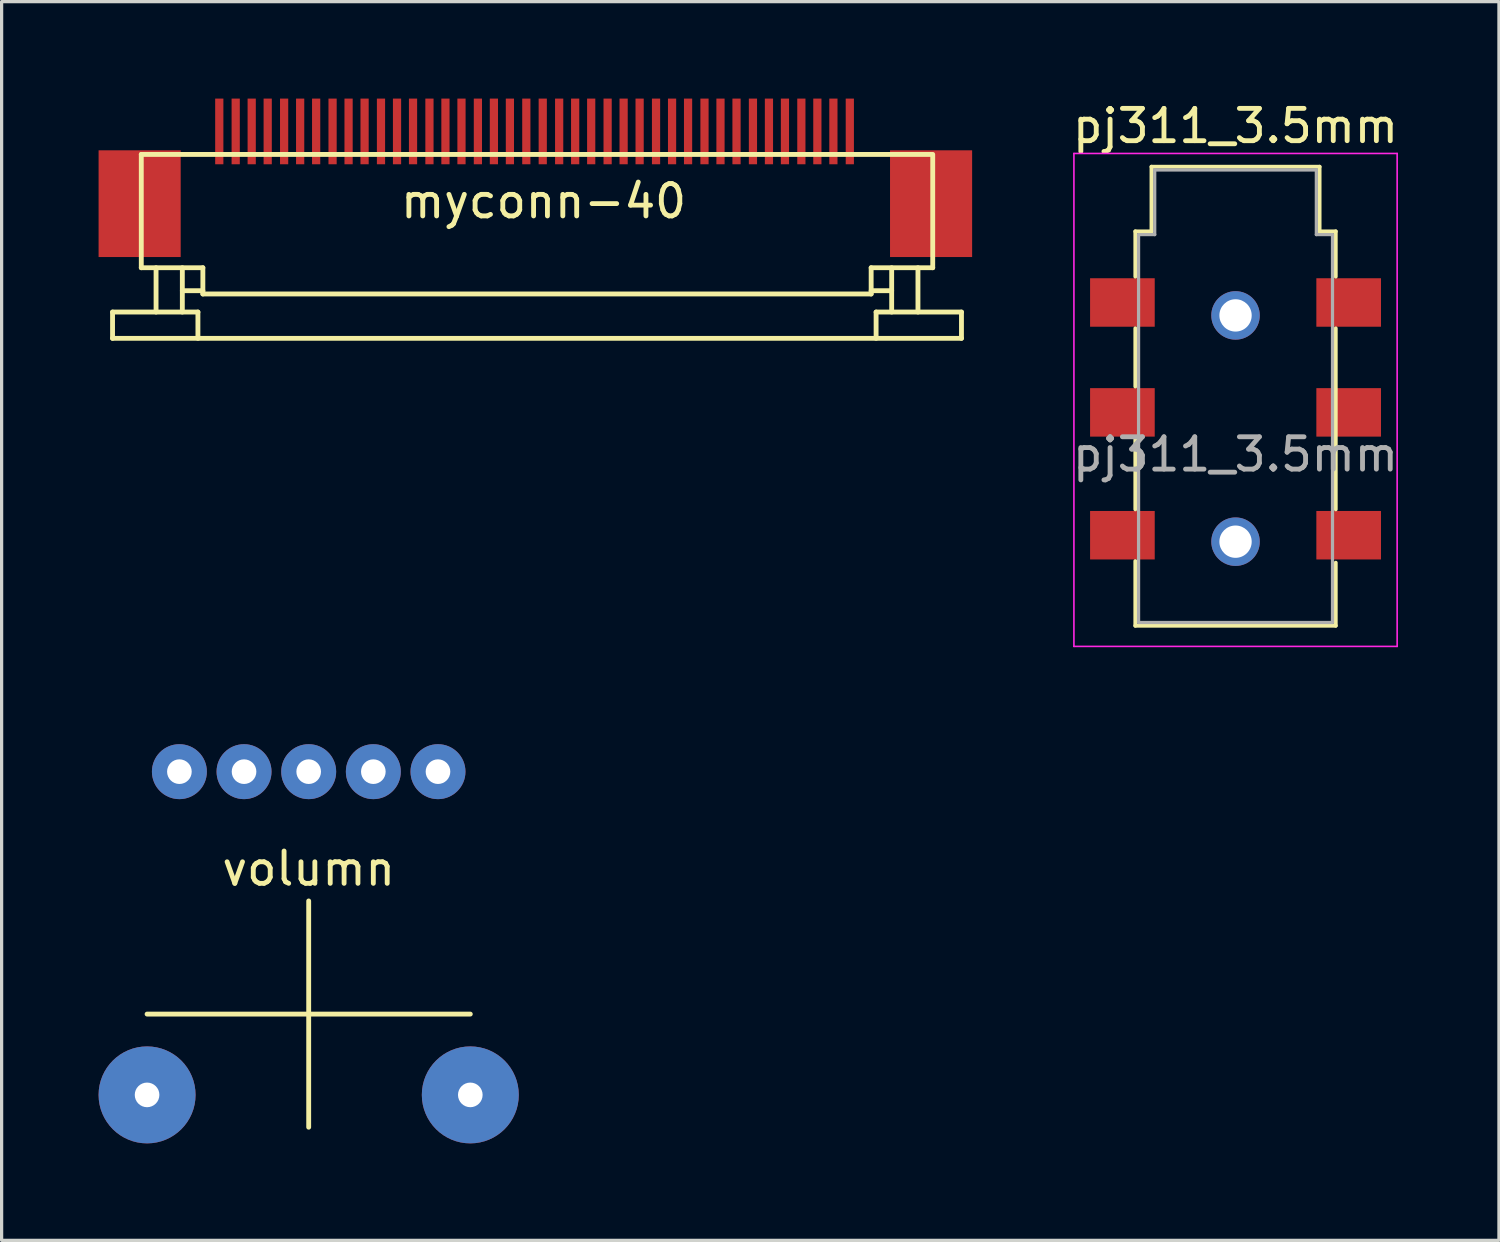
<source format=kicad_pcb>
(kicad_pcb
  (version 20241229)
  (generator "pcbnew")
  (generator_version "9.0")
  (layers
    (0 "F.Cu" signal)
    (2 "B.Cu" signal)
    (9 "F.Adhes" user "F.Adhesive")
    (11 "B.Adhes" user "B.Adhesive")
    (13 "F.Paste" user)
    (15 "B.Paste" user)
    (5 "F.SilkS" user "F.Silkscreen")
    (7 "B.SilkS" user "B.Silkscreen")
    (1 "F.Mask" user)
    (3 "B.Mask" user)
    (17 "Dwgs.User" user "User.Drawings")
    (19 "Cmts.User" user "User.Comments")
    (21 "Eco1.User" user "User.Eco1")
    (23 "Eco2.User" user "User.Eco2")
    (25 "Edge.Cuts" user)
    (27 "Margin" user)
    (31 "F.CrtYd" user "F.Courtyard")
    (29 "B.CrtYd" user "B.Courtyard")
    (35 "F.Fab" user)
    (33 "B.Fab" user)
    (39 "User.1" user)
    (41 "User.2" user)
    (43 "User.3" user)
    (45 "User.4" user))
  (footprint "myconn-40"
    (layer "F.Cu")
    (at 13.665 3.988)
    (property "Reference" "myconn-40" (at 0.102 -0.813 0) (layer "F.SilkS") (effects (font (size 1 1) (thickness 0.15))))
    (attr smd)
    (fp_line (start -13.233 2.616) (end -10.592 2.616) (stroke (width 0.15) (type solid)) (layer "F.SilkS"))
    (fp_line (start -13.233 3.429) (end -13.233 2.616) (stroke (width 0.15) (type solid)) (layer "F.SilkS"))
    (fp_line (start -13.233 3.429) (end 13.03 3.429) (stroke (width 0.15) (type solid)) (layer "F.SilkS"))
    (fp_line (start -12.344 -2.261) (end -12.344 1.245) (stroke (width 0.15) (type solid)) (layer "F.SilkS"))
    (fp_line (start -12.344 -2.261) (end 12.09 -2.261) (stroke (width 0.15) (type solid)) (layer "F.SilkS"))
    (fp_line (start -12.344 1.245) (end -10.439 1.245) (stroke (width 0.15) (type solid)) (layer "F.SilkS"))
    (fp_line (start -11.887 1.245) (end -11.887 2.616) (stroke (width 0.15) (type solid)) (layer "F.SilkS"))
    (fp_line (start -11.074 1.245) (end -11.074 2.616) (stroke (width 0.15) (type solid)) (layer "F.SilkS"))
    (fp_line (start -10.592 2.616) (end -10.592 3.429) (stroke (width 0.15) (type solid)) (layer "F.SilkS"))
    (fp_line (start -10.439 1.245) (end -10.439 2.057) (stroke (width 0.15) (type solid)) (layer "F.SilkS"))
    (fp_line (start -10.439 1.956) (end -11.074 1.956) (stroke (width 0.15) (type solid)) (layer "F.SilkS"))
    (fp_line (start -10.439 2.057) (end 10.236 2.057) (stroke (width 0.15) (type solid)) (layer "F.SilkS"))
    (fp_line (start 10.236 1.245) (end 12.141 1.245) (stroke (width 0.15) (type solid)) (layer "F.SilkS"))
    (fp_line (start 10.236 1.956) (end 10.871 1.956) (stroke (width 0.15) (type solid)) (layer "F.SilkS"))
    (fp_line (start 10.236 2.057) (end 10.236 1.245) (stroke (width 0.15) (type solid)) (layer "F.SilkS"))
    (fp_line (start 10.389 2.616) (end 10.389 3.429) (stroke (width 0.15) (type solid)) (layer "F.SilkS"))
    (fp_line (start 10.871 1.245) (end 10.871 2.616) (stroke (width 0.15) (type solid)) (layer "F.SilkS"))
    (fp_line (start 11.684 1.245) (end 11.684 2.616) (stroke (width 0.15) (type solid)) (layer "F.SilkS"))
    (fp_line (start 12.141 1.245) (end 12.141 -2.261) (stroke (width 0.15) (type solid)) (layer "F.SilkS"))
    (fp_line (start 13.03 2.616) (end 10.389 2.616) (stroke (width 0.15) (type solid)) (layer "F.SilkS"))
    (fp_line (start 13.03 3.429) (end 13.03 2.616) (stroke (width 0.15) (type solid)) (layer "F.SilkS"))
    (pad "" smd rect (at -12.395 -0.737) (size 2.54 3.302) (layers "F.Cu" "F.Mask" "F.Paste"))
    (pad "" smd rect (at 12.09 -0.737) (size 2.54 3.302) (layers "F.Cu" "F.Mask" "F.Paste"))
    (pad "1" smd rect (at -9.931 -2.972) (size 0.254 2.032) (layers "F.Cu" "F.Mask" "F.Paste"))
    (pad "2" smd rect (at -9.423 -2.972) (size 0.254 2.032) (layers "F.Cu" "F.Mask" "F.Paste"))
    (pad "3" smd rect (at -8.928 -2.972) (size 0.254 2.032) (layers "F.Cu" "F.Mask" "F.Paste"))
    (pad "4" smd rect (at -8.433 -2.972) (size 0.254 2.032) (layers "F.Cu" "F.Mask" "F.Paste"))
    (pad "5" smd rect (at -7.925 -2.972) (size 0.254 2.032) (layers "F.Cu" "F.Mask" "F.Paste"))
    (pad "6" smd rect (at -7.429 -2.972) (size 0.254 2.032) (layers "F.Cu" "F.Mask" "F.Paste"))
    (pad "7" smd rect (at -6.934 -2.972) (size 0.254 2.032) (layers "F.Cu" "F.Mask" "F.Paste"))
    (pad "8" smd rect (at -6.426 -2.972) (size 0.254 2.032) (layers "F.Cu" "F.Mask" "F.Paste"))
    (pad "9" smd rect (at -5.931 -2.972) (size 0.254 2.032) (layers "F.Cu" "F.Mask" "F.Paste"))
    (pad "10" smd rect (at -5.436 -2.972) (size 0.254 2.032) (layers "F.Cu" "F.Mask" "F.Paste"))
    (pad "11" smd rect (at -4.928 -2.972) (size 0.254 2.032) (layers "F.Cu" "F.Mask" "F.Paste"))
    (pad "12" smd rect (at -4.432 -2.972) (size 0.254 2.032) (layers "F.Cu" "F.Mask" "F.Paste"))
    (pad "13" smd rect (at -3.937 -2.972) (size 0.254 2.032) (layers "F.Cu" "F.Mask" "F.Paste"))
    (pad "14" smd rect (at -3.429 -2.972) (size 0.254 2.032) (layers "F.Cu" "F.Mask" "F.Paste"))
    (pad "15" smd rect (at -2.934 -2.972) (size 0.254 2.032) (layers "F.Cu" "F.Mask" "F.Paste"))
    (pad "16" smd rect (at -2.438 -2.972) (size 0.254 2.032) (layers "F.Cu" "F.Mask" "F.Paste"))
    (pad "17" smd rect (at -1.93 -2.972) (size 0.254 2.032) (layers "F.Cu" "F.Mask" "F.Paste"))
    (pad "18" smd rect (at -1.435 -2.972) (size 0.254 2.032) (layers "F.Cu" "F.Mask" "F.Paste"))
    (pad "19" smd rect (at -0.94 -2.972) (size 0.254 2.032) (layers "F.Cu" "F.Mask" "F.Paste"))
    (pad "20" smd rect (at -0.432 -2.972) (size 0.254 2.032) (layers "F.Cu" "F.Mask" "F.Paste"))
    (pad "21" smd rect (at 0.076 -2.972) (size 0.254 2.032) (layers "F.Cu" "F.Mask" "F.Paste"))
    (pad "22" smd rect (at 0.584 -2.972) (size 0.254 2.032) (layers "F.Cu" "F.Mask" "F.Paste"))
    (pad "23" smd rect (at 1.079 -2.972) (size 0.254 2.032) (layers "F.Cu" "F.Mask" "F.Paste"))
    (pad "24" smd rect (at 1.575 -2.972) (size 0.254 2.032) (layers "F.Cu" "F.Mask" "F.Paste"))
    (pad "25" smd rect (at 2.083 -2.972) (size 0.254 2.032) (layers "F.Cu" "F.Mask" "F.Paste"))
    (pad "26" smd rect (at 2.578 -2.972) (size 0.254 2.032) (layers "F.Cu" "F.Mask" "F.Paste"))
    (pad "27" smd rect (at 3.073 -2.972) (size 0.254 2.032) (layers "F.Cu" "F.Mask" "F.Paste"))
    (pad "28" smd rect (at 3.581 -2.972) (size 0.254 2.032) (layers "F.Cu" "F.Mask" "F.Paste"))
    (pad "29" smd rect (at 4.077 -2.972) (size 0.254 2.032) (layers "F.Cu" "F.Mask" "F.Paste"))
    (pad "30" smd rect (at 4.572 -2.972) (size 0.254 2.032) (layers "F.Cu" "F.Mask" "F.Paste"))
    (pad "31" smd rect (at 5.08 -2.972) (size 0.254 2.032) (layers "F.Cu" "F.Mask" "F.Paste"))
    (pad "32" smd rect (at 5.575 -2.972) (size 0.254 2.032) (layers "F.Cu" "F.Mask" "F.Paste"))
    (pad "33" smd rect (at 6.071 -2.972) (size 0.254 2.032) (layers "F.Cu" "F.Mask" "F.Paste"))
    (pad "34" smd rect (at 6.579 -2.972) (size 0.254 2.032) (layers "F.Cu" "F.Mask" "F.Paste"))
    (pad "35" smd rect (at 7.074 -2.972) (size 0.254 2.032) (layers "F.Cu" "F.Mask" "F.Paste"))
    (pad "36" smd rect (at 7.569 -2.972) (size 0.254 2.032) (layers "F.Cu" "F.Mask" "F.Paste"))
    (pad "37" smd rect (at 8.077 -2.972) (size 0.254 2.032) (layers "F.Cu" "F.Mask" "F.Paste"))
    (pad "38" smd rect (at 8.572 -2.972) (size 0.254 2.032) (layers "F.Cu" "F.Mask" "F.Paste"))
    (pad "39" smd rect (at 9.068 -2.972) (size 0.254 2.032) (layers "F.Cu" "F.Mask" "F.Paste"))
    (pad "40" smd rect (at 9.576 -2.972) (size 0.254 2.032) (layers "F.Cu" "F.Mask" "F.Paste")))
  (footprint "volumn"
    (layer "F.Cu")
    (at 6.482 28.323)
    (property "Reference" "volumn" (at 0.018 -4.5 180) (layer "F.SilkS") (effects (font (size 1 1) (thickness 0.15))))
    (attr through_hole)
    (fp_line (start 0.018 3.5) (end 0.018 -3.5) (stroke (width 0.15) (type solid)) (layer "F.SilkS"))
    (fp_line (start 5.018 0) (end -4.982 0) (stroke (width 0.15) (type solid)) (layer "F.SilkS"))
    (pad "1" thru_hole circle (at 4.018 -7.5 180) (size 1.7 1.7) (drill 0.762) (layers "*.Cu" "*.Mask"))
    (pad "2" thru_hole circle (at 2.018 -7.5 180) (size 1.7 1.7) (drill 0.762) (layers "*.Cu" "*.Mask"))
    (pad "3" thru_hole circle (at 0.018 -7.5 180) (size 1.7 1.7) (drill 0.762) (layers "*.Cu" "*.Mask"))
    (pad "4" thru_hole circle (at -1.982 -7.5 180) (size 1.7 1.7) (drill 0.762) (layers "*.Cu" "*.Mask"))
    (pad "5" thru_hole circle (at -3.982 -7.5 180) (size 1.7 1.7) (drill 0.762) (layers "*.Cu" "*.Mask"))
    (pad "6" thru_hole circle (at 5.018 2.5 180) (size 3 3) (drill 0.762) (layers "*.Cu" "*.Mask"))
    (pad "7" thru_hole circle (at -4.982 2.5 180) (size 3 3) (drill 0.762) (layers "*.Cu" "*.Mask")))
  (footprint "pj311_3.5mm"
    (layer "F.Cu")
    (at 35.174 11.008)
    (property "Reference" "pj311_3.5mm" (at 0 -10.16 0) (layer "F.SilkS") (effects (font (size 1 1) (thickness 0.15))))
    (attr smd)
    (fp_line (start -3.1 -6.9) (end -2.6 -6.9) (stroke (width 0.12) (type solid)) (layer "F.SilkS"))
    (fp_line (start -3.1 -5.5) (end -3.1 -6.9) (stroke (width 0.12) (type solid)) (layer "F.SilkS"))
    (fp_line (start -3.1 -2.1) (end -3.1 -3.9) (stroke (width 0.12) (type solid)) (layer "F.SilkS"))
    (fp_line (start -3.1 -0.5) (end -3.1 1.7) (stroke (width 0.12) (type solid)) (layer "F.SilkS"))
    (fp_line (start -3.1 3.3) (end -3.1 5.3) (stroke (width 0.12) (type solid)) (layer "F.SilkS"))
    (fp_line (start -3.1 5.3) (end 3.1 5.3) (stroke (width 0.12) (type solid)) (layer "F.SilkS"))
    (fp_line (start -2.6 -8.9) (end 2.6 -8.9) (stroke (width 0.12) (type solid)) (layer "F.SilkS"))
    (fp_line (start -2.6 -6.9) (end -2.6 -8.9) (stroke (width 0.12) (type solid)) (layer "F.SilkS"))
    (fp_line (start 2.6 -8.9) (end 2.6 -6.9) (stroke (width 0.12) (type solid)) (layer "F.SilkS"))
    (fp_line (start 2.6 -6.9) (end 3.1 -6.9) (stroke (width 0.12) (type solid)) (layer "F.SilkS"))
    (fp_line (start 3.1 -6.9) (end 3.1 -5.5) (stroke (width 0.12) (type solid)) (layer "F.SilkS"))
    (fp_line (start 3.1 -3.9) (end 3.1 1.7) (stroke (width 0.12) (type solid)) (layer "F.SilkS"))
    (fp_line (start 3.1 5.3) (end 3.1 3.35) (stroke (width 0.12) (type solid)) (layer "F.SilkS"))
    (fp_line (start -5 -9.31) (end -5 5.94) (stroke (width 0.05) (type solid)) (layer "F.CrtYd"))
    (fp_line (start -5 -9.31) (end 5 -9.31) (stroke (width 0.05) (type solid)) (layer "F.CrtYd"))
    (fp_line (start -5 5.94) (end 5 5.94) (stroke (width 0.05) (type solid)) (layer "F.CrtYd"))
    (fp_line (start 5 5.94) (end 5 -9.31) (stroke (width 0.05) (type solid)) (layer "F.CrtYd"))
    (fp_line (start -3 -6.8) (end -3 5.2) (stroke (width 0.1) (type solid)) (layer "F.Fab"))
    (fp_line (start -3 5.2) (end 3 5.2) (stroke (width 0.1) (type solid)) (layer "F.Fab"))
    (fp_line (start -2.5 -8.8) (end -2.5 -6.8) (stroke (width 0.1) (type solid)) (layer "F.Fab"))
    (fp_line (start -2.5 -6.8) (end -3 -6.8) (stroke (width 0.1) (type solid)) (layer "F.Fab"))
    (fp_line (start 2.5 -8.8) (end -2.5 -8.8) (stroke (width 0.1) (type solid)) (layer "F.Fab"))
    (fp_line (start 2.5 -6.8) (end 2.5 -8.8) (stroke (width 0.1) (type solid)) (layer "F.Fab"))
    (fp_line (start 3 -6.8) (end 2.5 -6.8) (stroke (width 0.1) (type solid)) (layer "F.Fab"))
    (fp_line (start 3 5.2) (end 3 -6.8) (stroke (width 0.1) (type solid)) (layer "F.Fab"))
    (fp_text user "${REFERENCE}" (at 0 0 0) (layer "F.Fab") (effects (font (size 1 1) (thickness 0.15))))
    (pad "" thru_hole circle (at 0 -4.3) (size 1.5 1.5) (drill 1) (layers "*.Cu" "*.Mask"))
    (pad "" thru_hole circle (at 0 2.7) (size 1.5 1.5) (drill 1) (layers "*.Cu" "*.Mask"))
    (pad "1" smd rect (at -3.5 -4.7) (size 2 1.5) (layers "F.Cu" "F.Mask" "F.Paste"))
    (pad "2" smd rect (at 3.5 -4.7) (size 2 1.5) (layers "F.Cu" "F.Mask" "F.Paste"))
    (pad "3" smd rect (at -3.5 -1.3) (size 2 1.5) (layers "F.Cu" "F.Mask" "F.Paste"))
    (pad "4" smd rect (at 3.5 -1.3) (size 2 1.5) (layers "F.Cu" "F.Mask" "F.Paste"))
    (pad "5" smd rect (at -3.5 2.5) (size 2 1.5) (layers "F.Cu" "F.Mask" "F.Paste"))
    (pad "6" smd rect (at 3.5 2.5) (size 2 1.5) (layers "F.Cu" "F.Mask" "F.Paste")))
  (gr_rect
    (start -3 -3)
    (end 43.323 35.323)
    (stroke (width 0.1) (type default))
    (fill no)
    (layer "Edge.Cuts")))
</source>
